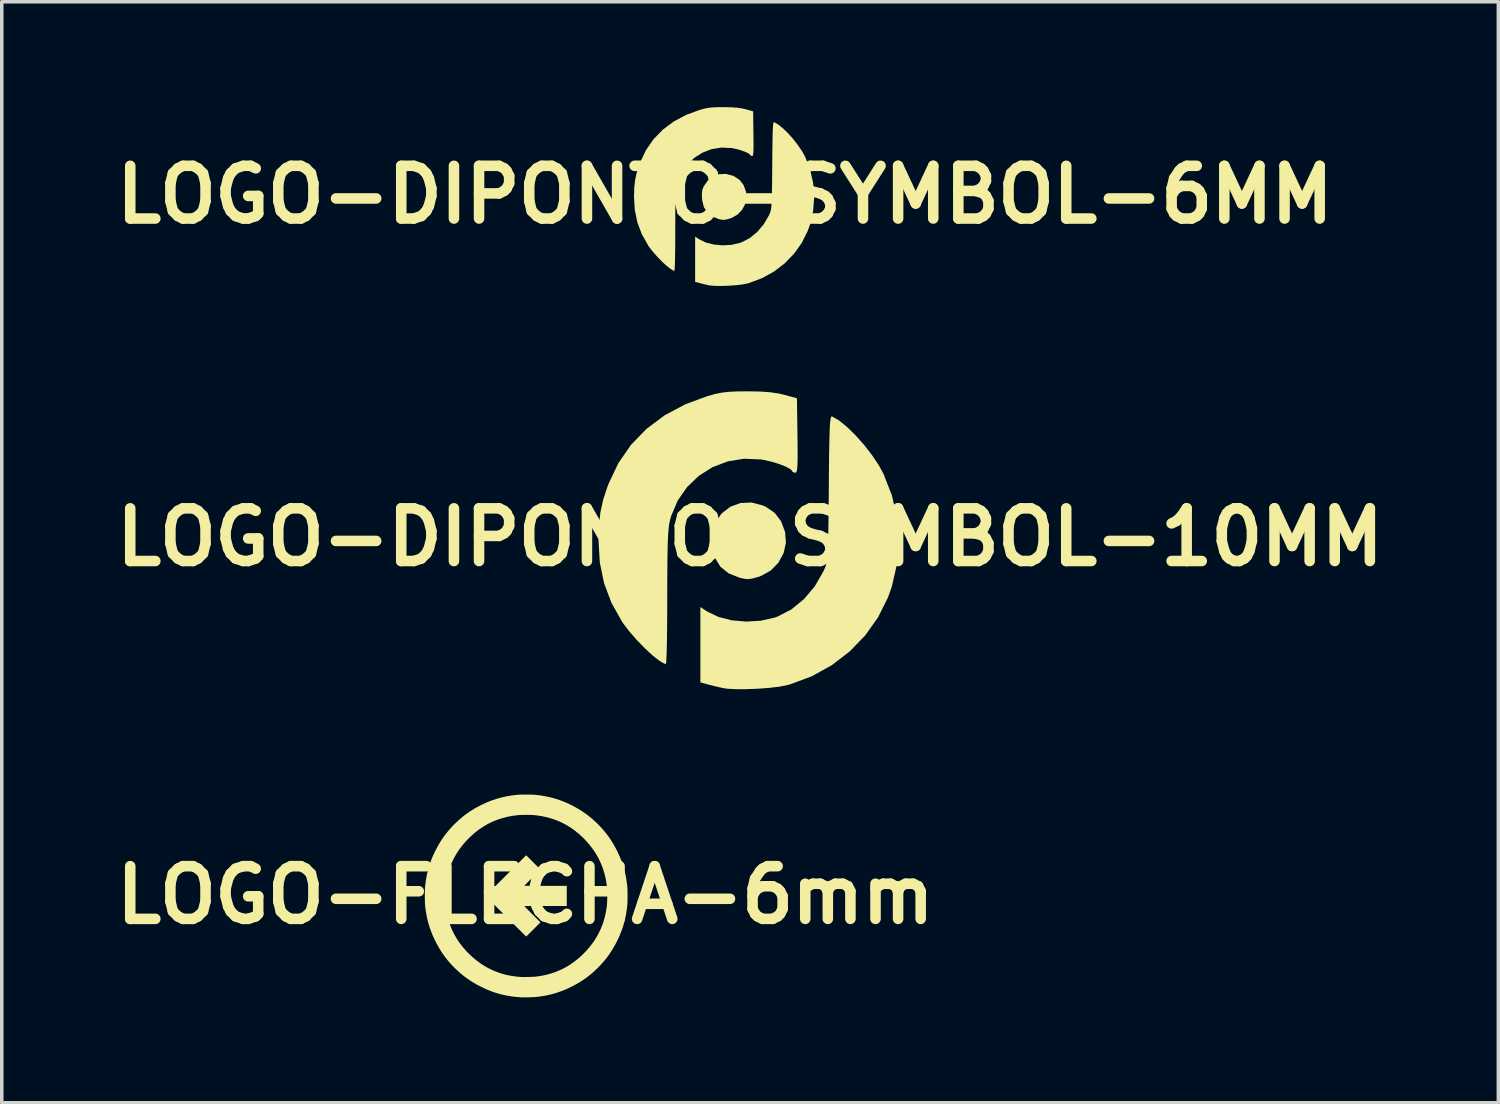
<source format=kicad_pcb>
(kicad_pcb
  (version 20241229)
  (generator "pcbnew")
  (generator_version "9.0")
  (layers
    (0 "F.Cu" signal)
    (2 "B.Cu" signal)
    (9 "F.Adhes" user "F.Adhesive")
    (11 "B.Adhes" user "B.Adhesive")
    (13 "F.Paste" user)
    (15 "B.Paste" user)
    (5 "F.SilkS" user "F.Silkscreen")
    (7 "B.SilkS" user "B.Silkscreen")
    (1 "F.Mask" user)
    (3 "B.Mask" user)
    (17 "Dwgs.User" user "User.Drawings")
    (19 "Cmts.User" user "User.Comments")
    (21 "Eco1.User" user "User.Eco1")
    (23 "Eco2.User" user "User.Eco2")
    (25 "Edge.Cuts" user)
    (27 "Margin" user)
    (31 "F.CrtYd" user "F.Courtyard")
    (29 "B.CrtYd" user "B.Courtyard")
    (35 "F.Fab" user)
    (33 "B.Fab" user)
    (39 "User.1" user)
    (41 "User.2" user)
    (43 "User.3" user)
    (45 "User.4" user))
  (footprint "LOGO-DIPONTO-SYMBOL-10MM"
    (layer "F.Cu")
    (at 18.3 12.241)
    (property "Reference" "LOGO-DIPONTO-SYMBOL-10MM" (at 0 0 0) (layer "F.SilkS") (effects (font (size 1.5 1.5) (thickness 0.3))))
    (attr board_only exclude_from_pos_files exclude_from_bom)
    (fp_poly (pts (xy 0.364 -0.903) (xy 0.448 -0.865) (xy 0.703 -0.691) (xy 0.882 -0.456) (xy 0.997 -0.149) (xy 1.022 0.157) (xy 0.955 0.455) (xy 0.808 0.725) (xy 0.591 0.947) (xy 0.318 1.101) (xy 0.243 1.127) (xy 0.073 1.175) (xy -0.041 1.194) (xy -0.145 1.187) (xy -0.283 1.157) (xy -0.288 1.156) (xy -0.604 1.034) (xy -0.842 0.844) (xy -1.002 0.584) (xy -1.083 0.255) (xy -1.091 0.158) (xy -1.094 -0.07) (xy -1.069 -0.239) (xy -1.008 -0.392) (xy -1.006 -0.397) (xy -0.811 -0.674) (xy -0.561 -0.867) (xy -0.272 -0.973) (xy 0.041 -0.987)) (stroke (width 0) (type solid)) (fill yes) (layer "F.SilkS"))
    (fp_poly (pts (xy 2.332 -3.437) (xy 2.526 -3.328) (xy 2.754 -3.144) (xy 2.999 -2.905) (xy 3.245 -2.629) (xy 3.474 -2.333) (xy 3.672 -2.036) (xy 3.797 -1.807) (xy 4.038 -1.189) (xy 4.183 -0.545) (xy 4.231 0.111) (xy 4.182 0.767) (xy 4.035 1.408) (xy 3.926 1.715) (xy 3.644 2.281) (xy 3.277 2.798) (xy 2.833 3.255) (xy 2.324 3.645) (xy 1.76 3.958) (xy 1.151 4.185) (xy 1.047 4.214) (xy 0.83 4.256) (xy 0.548 4.289) (xy 0.23 4.313) (xy -0.094 4.326) (xy -0.394 4.327) (xy -0.641 4.314) (xy -0.765 4.296) (xy -0.967 4.25) (xy -1.175 4.198) (xy -1.197 4.192) (xy -1.414 4.133) (xy -1.414 3.061) (xy -1.414 1.989) (xy -1.218 2.117) (xy -0.899 2.27) (xy -0.52 2.366) (xy -0.108 2.403) (xy 0.308 2.377) (xy 0.7 2.289) (xy 0.786 2.258) (xy 1.178 2.055) (xy 1.535 1.763) (xy 1.843 1.398) (xy 2.088 0.973) (xy 2.125 0.89) (xy 2.151 0.824) (xy 2.172 0.748) (xy 2.189 0.653) (xy 2.203 0.527) (xy 2.213 0.359) (xy 2.222 0.14) (xy 2.228 -0.142) (xy 2.233 -0.498) (xy 2.238 -0.939) (xy 2.242 -1.405) (xy 2.246 -1.932) (xy 2.251 -2.362) (xy 2.257 -2.706) (xy 2.264 -2.971) (xy 2.272 -3.168) (xy 2.283 -3.303) (xy 2.295 -3.388) (xy 2.311 -3.43) (xy 2.33 -3.438)) (stroke (width 0) (type solid)) (fill yes) (layer "F.SilkS"))
    (fp_poly (pts (xy 0.288 -4.146) (xy 0.579 -4.125) (xy 0.822 -4.088) (xy 0.969 -4.053) (xy 1.335 -3.954) (xy 1.35 -2.894) (xy 1.354 -2.531) (xy 1.354 -2.26) (xy 1.35 -2.068) (xy 1.341 -1.942) (xy 1.326 -1.87) (xy 1.304 -1.838) (xy 1.284 -1.833) (xy 1.214 -1.855) (xy 1.205 -1.875) (xy 1.157 -1.933) (xy 1.03 -2.003) (xy 0.847 -2.077) (xy 0.632 -2.144) (xy 0.407 -2.196) (xy 0.311 -2.213) (xy -0.173 -2.233) (xy -0.637 -2.157) (xy -1.07 -1.992) (xy -1.458 -1.746) (xy -1.792 -1.427) (xy -2.059 -1.042) (xy -2.247 -0.6) (xy -2.276 -0.497) (xy -2.298 -0.393) (xy -2.316 -0.263) (xy -2.33 -0.095) (xy -2.341 0.121) (xy -2.348 0.398) (xy -2.353 0.746) (xy -2.356 1.176) (xy -2.357 1.7) (xy -2.357 1.713) (xy -2.358 2.147) (xy -2.361 2.547) (xy -2.365 2.9) (xy -2.371 3.195) (xy -2.379 3.42) (xy -2.387 3.563) (xy -2.396 3.613) (xy -2.463 3.587) (xy -2.572 3.522) (xy -2.584 3.515) (xy -2.771 3.37) (xy -2.992 3.165) (xy -3.223 2.927) (xy -3.437 2.682) (xy -3.609 2.457) (xy -3.642 2.409) (xy -3.945 1.867) (xy -4.155 1.311) (xy -4.276 0.723) (xy -4.313 0.105) (xy -4.301 -0.331) (xy -4.26 -0.705) (xy -4.183 -1.058) (xy -4.061 -1.431) (xy -4.025 -1.526) (xy -3.748 -2.109) (xy -3.389 -2.628) (xy -2.949 -3.082) (xy -2.433 -3.468) (xy -1.843 -3.783) (xy -1.22 -4.013) (xy -1.003 -4.074) (xy -0.811 -4.114) (xy -0.61 -4.138) (xy -0.369 -4.149) (xy -0.079 -4.152)) (stroke (width 0) (type solid)) (fill yes) (layer "F.SilkS")))
  (footprint "LOGO-DIPONTO-SYMBOL-6MM"
    (layer "F.Cu")
    (at 17.586 2.492)
    (property "Reference" "LOGO-DIPONTO-SYMBOL-6MM" (at 0 0 0) (layer "F.SilkS") (effects (font (size 1.5 1.5) (thickness 0.3))))
    (attr board_only exclude_from_pos_files exclude_from_bom)
    (fp_poly (pts (xy 0.219 -0.542) (xy 0.269 -0.519) (xy 0.422 -0.415) (xy 0.53 -0.274) (xy 0.598 -0.089) (xy 0.614 0.094) (xy 0.573 0.273) (xy 0.485 0.435) (xy 0.355 0.568) (xy 0.191 0.661) (xy 0.146 0.676) (xy 0.044 0.705) (xy -0.025 0.717) (xy -0.087 0.713) (xy -0.17 0.694) (xy -0.173 0.694) (xy -0.363 0.621) (xy -0.506 0.507) (xy -0.601 0.351) (xy -0.65 0.153) (xy -0.655 0.095) (xy -0.657 -0.042) (xy -0.642 -0.144) (xy -0.605 -0.235) (xy -0.604 -0.238) (xy -0.487 -0.404) (xy -0.337 -0.521) (xy -0.163 -0.584) (xy 0.025 -0.592)) (stroke (width 0) (type solid)) (fill yes) (layer "F.SilkS"))
    (fp_poly (pts (xy 1.4 -2.063) (xy 1.516 -1.998) (xy 1.653 -1.887) (xy 1.8 -1.744) (xy 1.948 -1.578) (xy 2.085 -1.4) (xy 2.204 -1.222) (xy 2.279 -1.085) (xy 2.424 -0.714) (xy 2.511 -0.327) (xy 2.54 0.067) (xy 2.51 0.46) (xy 2.422 0.845) (xy 2.356 1.03) (xy 2.187 1.369) (xy 1.967 1.679) (xy 1.701 1.954) (xy 1.395 2.188) (xy 1.057 2.376) (xy 0.691 2.512) (xy 0.629 2.529) (xy 0.498 2.555) (xy 0.329 2.575) (xy 0.138 2.589) (xy -0.056 2.597) (xy -0.237 2.597) (xy -0.385 2.589) (xy -0.459 2.579) (xy -0.58 2.551) (xy -0.705 2.52) (xy -0.719 2.516) (xy -0.849 2.481) (xy -0.849 1.837) (xy -0.849 1.194) (xy -0.731 1.27) (xy -0.54 1.363) (xy -0.312 1.42) (xy -0.065 1.442) (xy 0.185 1.427) (xy 0.42 1.374) (xy 0.472 1.356) (xy 0.707 1.234) (xy 0.921 1.058) (xy 1.106 0.839) (xy 1.254 0.584) (xy 1.276 0.534) (xy 1.291 0.494) (xy 1.304 0.449) (xy 1.314 0.392) (xy 1.322 0.316) (xy 1.328 0.216) (xy 1.333 0.084) (xy 1.337 -0.085) (xy 1.341 -0.299) (xy 1.343 -0.563) (xy 1.346 -0.844) (xy 1.348 -1.16) (xy 1.351 -1.418) (xy 1.355 -1.624) (xy 1.359 -1.784) (xy 1.364 -1.901) (xy 1.37 -1.983) (xy 1.378 -2.034) (xy 1.387 -2.059) (xy 1.398 -2.063)) (stroke (width 0) (type solid)) (fill yes) (layer "F.SilkS"))
    (fp_poly (pts (xy 0.173 -2.488) (xy 0.348 -2.476) (xy 0.494 -2.454) (xy 0.582 -2.433) (xy 0.802 -2.373) (xy 0.81 -1.737) (xy 0.813 -1.519) (xy 0.813 -1.357) (xy 0.81 -1.241) (xy 0.805 -1.166) (xy 0.796 -1.122) (xy 0.782 -1.103) (xy 0.771 -1.1) (xy 0.729 -1.114) (xy 0.723 -1.125) (xy 0.695 -1.16) (xy 0.618 -1.203) (xy 0.509 -1.246) (xy 0.379 -1.287) (xy 0.244 -1.318) (xy 0.187 -1.328) (xy -0.104 -1.341) (xy -0.383 -1.295) (xy -0.642 -1.196) (xy -0.875 -1.048) (xy -1.076 -0.856) (xy -1.236 -0.626) (xy -1.349 -0.36) (xy -1.366 -0.298) (xy -1.38 -0.236) (xy -1.39 -0.158) (xy -1.399 -0.057) (xy -1.405 0.073) (xy -1.41 0.239) (xy -1.413 0.448) (xy -1.414 0.706) (xy -1.415 1.02) (xy -1.415 1.028) (xy -1.415 1.289) (xy -1.417 1.529) (xy -1.42 1.741) (xy -1.423 1.918) (xy -1.428 2.053) (xy -1.433 2.139) (xy -1.438 2.169) (xy -1.478 2.153) (xy -1.544 2.114) (xy -1.551 2.11) (xy -1.663 2.023) (xy -1.796 1.9) (xy -1.934 1.757) (xy -2.063 1.61) (xy -2.167 1.475) (xy -2.186 1.446) (xy -2.368 1.121) (xy -2.494 0.787) (xy -2.566 0.434) (xy -2.589 0.063) (xy -2.582 -0.199) (xy -2.557 -0.423) (xy -2.511 -0.635) (xy -2.438 -0.859) (xy -2.416 -0.916) (xy -2.25 -1.266) (xy -2.034 -1.578) (xy -1.77 -1.85) (xy -1.46 -2.082) (xy -1.106 -2.271) (xy -0.732 -2.409) (xy -0.602 -2.445) (xy -0.487 -2.47) (xy -0.366 -2.484) (xy -0.222 -2.49) (xy -0.047 -2.492)) (stroke (width 0) (type solid)) (fill yes) (layer "F.SilkS")))
  (footprint "LOGO-FLECHA-6mm"
    (layer "F.Cu")
    (at 11.907 22.427)
    (property "Reference" "LOGO-FLECHA-6mm" (at 0 0 0) (layer "F.SilkS") (effects (font (size 1.5 1.5) (thickness 0.3))))
    (attr board_only exclude_from_pos_files exclude_from_bom)
    (fp_poly (pts (xy 0.224 -0.929) (xy 0.427 -0.726) (xy 0.198 -0.497) (xy 0.157 -0.457) (xy 0.119 -0.418) (xy 0.084 -0.383) (xy 0.053 -0.351) (xy 0.025 -0.323) (xy 0.002 -0.3) (xy -0.015 -0.282) (xy -0.026 -0.27) (xy -0.031 -0.264) (xy -0.031 -0.264) (xy -0.026 -0.264) (xy -0.011 -0.263) (xy 0.013 -0.263) (xy 0.045 -0.262) (xy 0.085 -0.262) (xy 0.133 -0.261) (xy 0.187 -0.261) (xy 0.247 -0.261) (xy 0.312 -0.261) (xy 0.381 -0.26) (xy 0.455 -0.26) (xy 0.532 -0.26) (xy 0.572 -0.26) (xy 1.176 -0.26) (xy 1.176 0.026) (xy 1.176 0.312) (xy 0.572 0.312) (xy 0.494 0.312) (xy 0.419 0.312) (xy 0.347 0.313) (xy 0.279 0.313) (xy 0.217 0.313) (xy 0.16 0.313) (xy 0.109 0.314) (xy 0.065 0.314) (xy 0.028 0.314) (xy -0.000047 0.315) (xy -0.02 0.315) (xy -0.03 0.316) (xy -0.031 0.316) (xy -0.028 0.32) (xy -0.017 0.331) (xy -0.001 0.348) (xy 0.021 0.371) (xy 0.048 0.398) (xy 0.079 0.43) (xy 0.114 0.465) (xy 0.151 0.502) (xy 0.191 0.543) (xy 0.198 0.549) (xy 0.427 0.778) (xy 0.225 0.98) (xy 0.187 1.017) (xy 0.152 1.053) (xy 0.119 1.085) (xy 0.09 1.114) (xy 0.065 1.139) (xy 0.045 1.158) (xy 0.031 1.172) (xy 0.022 1.18) (xy 0.021 1.181) (xy 0.017 1.178) (xy 0.006 1.167) (xy -0.011 1.15) (xy -0.035 1.127) (xy -0.064 1.097) (xy -0.099 1.063) (xy -0.139 1.023) (xy -0.183 0.979) (xy -0.232 0.931) (xy -0.284 0.879) (xy -0.34 0.823) (xy -0.399 0.764) (xy -0.46 0.703) (xy -0.523 0.64) (xy -0.559 0.604) (xy -1.137 0.026) (xy -0.558 -0.553) (xy 0.021 -1.132)) (stroke (width 0) (type solid)) (fill yes) (layer "F.SilkS"))
    (fp_poly (pts (xy 0.097 -2.859) (xy 0.149 -2.858) (xy 0.195 -2.857) (xy 0.236 -2.855) (xy 0.268 -2.853) (xy 0.273 -2.853) (xy 0.433 -2.834) (xy 0.586 -2.808) (xy 0.735 -2.775) (xy 0.879 -2.734) (xy 1.022 -2.685) (xy 1.164 -2.627) (xy 1.296 -2.565) (xy 1.432 -2.494) (xy 1.56 -2.419) (xy 1.681 -2.339) (xy 1.796 -2.254) (xy 1.908 -2.162) (xy 2.017 -2.062) (xy 2.064 -2.017) (xy 2.167 -1.908) (xy 2.262 -1.798) (xy 2.35 -1.684) (xy 2.432 -1.566) (xy 2.509 -1.441) (xy 2.582 -1.309) (xy 2.612 -1.249) (xy 2.679 -1.104) (xy 2.737 -0.961) (xy 2.786 -0.818) (xy 2.826 -0.673) (xy 2.858 -0.525) (xy 2.88 -0.389) (xy 2.887 -0.335) (xy 2.893 -0.287) (xy 2.898 -0.243) (xy 2.901 -0.198) (xy 2.903 -0.153) (xy 2.905 -0.104) (xy 2.906 -0.049) (xy 2.906 0.013) (xy 2.906 0.026) (xy 2.906 0.09) (xy 2.905 0.146) (xy 2.904 0.196) (xy 2.902 0.242) (xy 2.898 0.286) (xy 2.894 0.331) (xy 2.889 0.378) (xy 2.882 0.43) (xy 2.88 0.441) (xy 2.855 0.593) (xy 2.822 0.741) (xy 2.781 0.886) (xy 2.731 1.029) (xy 2.672 1.172) (xy 2.612 1.301) (xy 2.541 1.437) (xy 2.466 1.565) (xy 2.386 1.686) (xy 2.301 1.802) (xy 2.209 1.913) (xy 2.109 2.022) (xy 2.064 2.069) (xy 1.955 2.172) (xy 1.845 2.268) (xy 1.731 2.356) (xy 1.613 2.437) (xy 1.488 2.514) (xy 1.356 2.587) (xy 1.296 2.617) (xy 1.152 2.684) (xy 1.01 2.741) (xy 0.867 2.79) (xy 0.723 2.83) (xy 0.574 2.863) (xy 0.42 2.888) (xy 0.305 2.901) (xy 0.282 2.903) (xy 0.25 2.905) (xy 0.212 2.907) (xy 0.17 2.908) (xy 0.124 2.91) (xy 0.078 2.911) (xy 0.031 2.912) (xy -0.013 2.912) (xy -0.054 2.913) (xy -0.089 2.912) (xy -0.116 2.912) (xy -0.133 2.911) (xy -0.186 2.907) (xy -0.231 2.903) (xy -0.27 2.9) (xy -0.304 2.897) (xy -0.336 2.893) (xy -0.368 2.889) (xy -0.394 2.885) (xy -0.546 2.86) (xy -0.694 2.827) (xy -0.838 2.786) (xy -0.981 2.737) (xy -1.124 2.678) (xy -1.254 2.617) (xy -1.391 2.546) (xy -1.518 2.471) (xy -1.639 2.391) (xy -1.755 2.306) (xy -1.866 2.214) (xy -1.975 2.114) (xy -2.022 2.069) (xy -2.126 1.96) (xy -2.221 1.85) (xy -2.309 1.736) (xy -2.391 1.618) (xy -2.467 1.493) (xy -2.54 1.361) (xy -2.57 1.301) (xy -2.638 1.156) (xy -2.695 1.013) (xy -2.744 0.87) (xy -2.784 0.725) (xy -2.816 0.577) (xy -2.839 0.441) (xy -2.846 0.387) (xy -2.852 0.34) (xy -2.856 0.295) (xy -2.859 0.25) (xy -2.862 0.205) (xy -2.863 0.156) (xy -2.864 0.101) (xy -2.865 0.039) (xy -2.865 0.026) (xy -2.865 0.006) (xy -2.287 0.006) (xy -2.287 0.057) (xy -2.286 0.108) (xy -2.285 0.155) (xy -2.284 0.198) (xy -2.282 0.233) (xy -2.28 0.255) (xy -2.26 0.412) (xy -2.231 0.564) (xy -2.194 0.709) (xy -2.148 0.849) (xy -2.093 0.985) (xy -2.029 1.115) (xy -1.956 1.241) (xy -1.874 1.364) (xy -1.782 1.482) (xy -1.681 1.598) (xy -1.637 1.644) (xy -1.523 1.753) (xy -1.405 1.853) (xy -1.283 1.944) (xy -1.156 2.026) (xy -1.024 2.098) (xy -0.889 2.16) (xy -0.75 2.213) (xy -0.676 2.237) (xy -0.595 2.26) (xy -0.515 2.279) (xy -0.433 2.296) (xy -0.347 2.309) (xy -0.255 2.321) (xy -0.156 2.33) (xy -0.117 2.333) (xy -0.096 2.334) (xy -0.066 2.335) (xy -0.03 2.335) (xy 0.012 2.334) (xy 0.056 2.334) (xy 0.101 2.332) (xy 0.146 2.331) (xy 0.188 2.329) (xy 0.226 2.328) (xy 0.258 2.326) (xy 0.281 2.324) (xy 0.437 2.302) (xy 0.587 2.272) (xy 0.733 2.232) (xy 0.873 2.184) (xy 1.009 2.126) (xy 1.141 2.059) (xy 1.268 1.982) (xy 1.391 1.896) (xy 1.511 1.801) (xy 1.627 1.695) (xy 1.639 1.684) (xy 1.748 1.57) (xy 1.848 1.452) (xy 1.939 1.33) (xy 2.02 1.203) (xy 2.092 1.072) (xy 2.155 0.937) (xy 2.208 0.798) (xy 2.251 0.655) (xy 2.276 0.551) (xy 2.292 0.474) (xy 2.304 0.402) (xy 2.314 0.331) (xy 2.321 0.259) (xy 2.325 0.185) (xy 2.328 0.105) (xy 2.329 0.026) (xy 2.328 -0.061) (xy 2.325 -0.14) (xy 2.32 -0.215) (xy 2.313 -0.286) (xy 2.303 -0.357) (xy 2.29 -0.43) (xy 2.276 -0.499) (xy 2.24 -0.645) (xy 2.193 -0.786) (xy 2.138 -0.924) (xy 2.072 -1.058) (xy 1.998 -1.188) (xy 1.913 -1.313) (xy 1.82 -1.435) (xy 1.717 -1.551) (xy 1.639 -1.632) (xy 1.524 -1.737) (xy 1.407 -1.833) (xy 1.286 -1.919) (xy 1.161 -1.995) (xy 1.033 -2.063) (xy 0.9 -2.121) (xy 0.762 -2.171) (xy 0.618 -2.212) (xy 0.469 -2.244) (xy 0.315 -2.268) (xy 0.25 -2.275) (xy 0.221 -2.277) (xy 0.184 -2.279) (xy 0.14 -2.28) (xy 0.092 -2.281) (xy 0.041 -2.282) (xy -0.01 -2.281) (xy -0.061 -2.281) (xy -0.108 -2.28) (xy -0.151 -2.279) (xy -0.186 -2.277) (xy -0.208 -2.275) (xy -0.366 -2.255) (xy -0.517 -2.226) (xy -0.662 -2.188) (xy -0.803 -2.142) (xy -0.938 -2.088) (xy -1.068 -2.024) (xy -1.194 -1.951) (xy -1.317 -1.869) (xy -1.436 -1.777) (xy -1.551 -1.675) (xy -1.597 -1.632) (xy -1.706 -1.519) (xy -1.805 -1.403) (xy -1.895 -1.282) (xy -1.975 -1.158) (xy -2.046 -1.029) (xy -2.108 -0.896) (xy -2.161 -0.758) (xy -2.205 -0.615) (xy -2.24 -0.466) (xy -2.267 -0.312) (xy -2.28 -0.203) (xy -2.282 -0.174) (xy -2.284 -0.137) (xy -2.285 -0.094) (xy -2.286 -0.045) (xy -2.287 0.006) (xy -2.865 0.006) (xy -2.864 -0.038) (xy -2.864 -0.094) (xy -2.862 -0.144) (xy -2.86 -0.19) (xy -2.857 -0.234) (xy -2.852 -0.279) (xy -2.847 -0.326) (xy -2.84 -0.378) (xy -2.839 -0.389) (xy -2.813 -0.541) (xy -2.78 -0.689) (xy -2.739 -0.834) (xy -2.69 -0.977) (xy -2.631 -1.12) (xy -2.57 -1.249) (xy -2.499 -1.385) (xy -2.424 -1.513) (xy -2.345 -1.634) (xy -2.259 -1.75) (xy -2.167 -1.861) (xy -2.068 -1.97) (xy -2.022 -2.017) (xy -1.913 -2.12) (xy -1.803 -2.216) (xy -1.69 -2.304) (xy -1.571 -2.385) (xy -1.447 -2.462) (xy -1.314 -2.535) (xy -1.254 -2.565) (xy -1.111 -2.632) (xy -0.969 -2.689) (xy -0.826 -2.738) (xy -0.681 -2.778) (xy -0.533 -2.811) (xy -0.379 -2.836) (xy -0.232 -2.853) (xy -0.201 -2.855) (xy -0.162 -2.857) (xy -0.116 -2.858) (xy -0.065 -2.859) (xy -0.012 -2.859) (xy 0.043 -2.859)) (stroke (width 0) (type solid)) (fill yes) (layer "F.SilkS")))
  (gr_rect
    (start -3 -3)
    (end 39.6 28.34)
    (stroke (width 0.1) (type default))
    (fill no)
    (layer "Edge.Cuts")))
</source>
